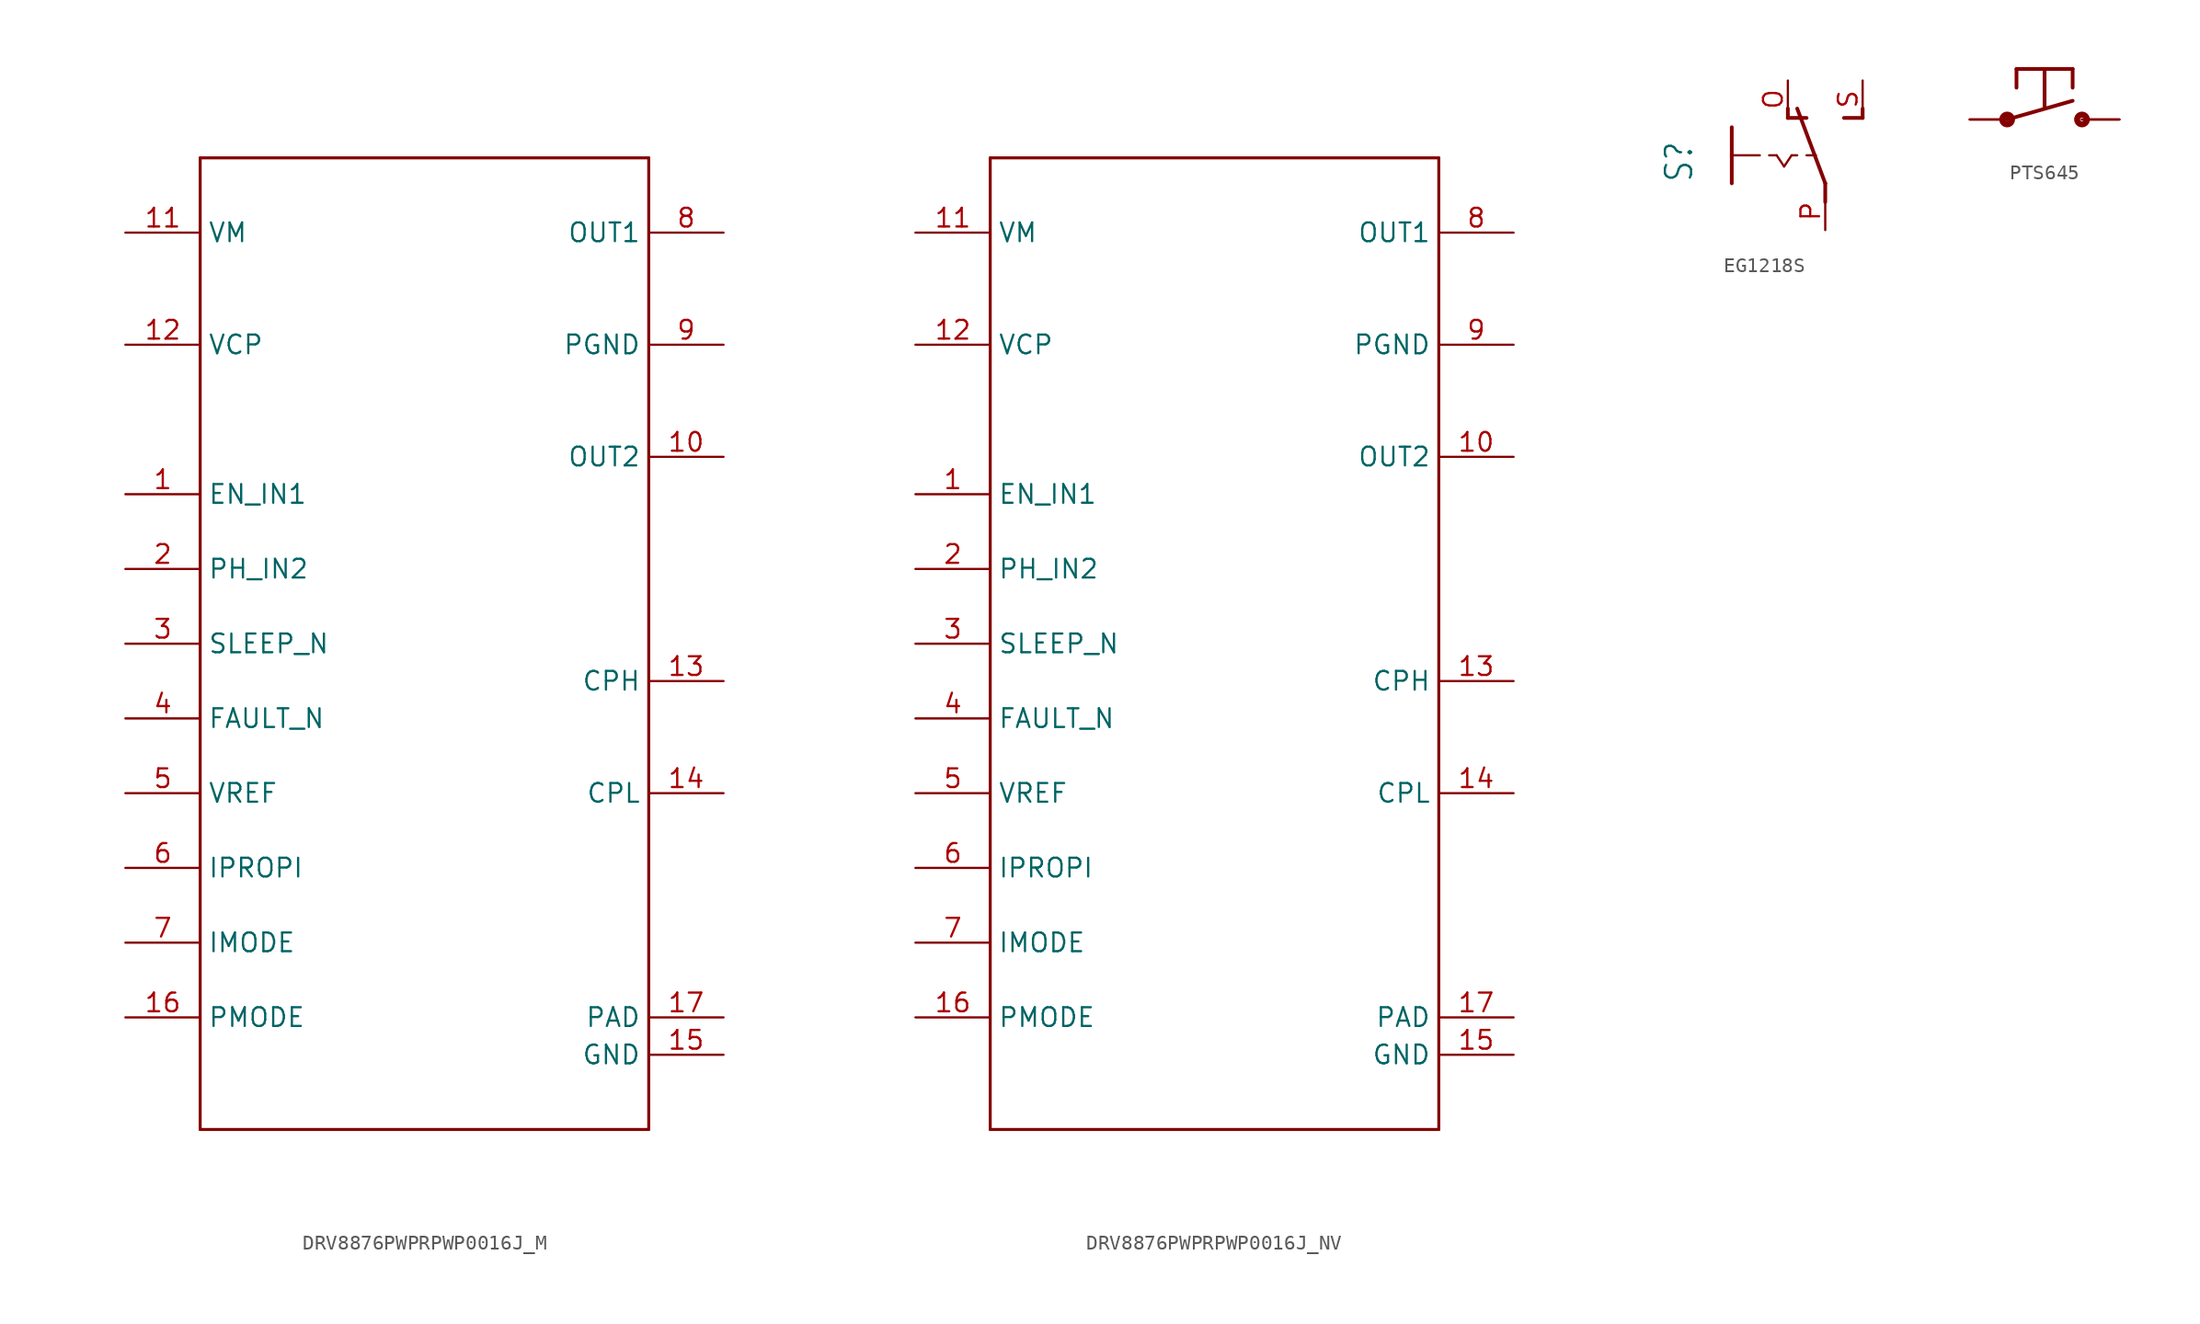
<source format=kicad_sym>
(kicad_symbol_lib
  (version 20220914)
  (generator kicad_symbol_editor)
  (symbol "DRV8876PWPRPWP0016J_M"
    (property "Reference" "U"
      (at -4.724 1.499 0)
      (effects (font (size 2.083 1.77)) (justify left bottom) hide))
    (property "ki_locked" ""
      (at 0 0 0)
      (effects (font (size 1.27 1.27))))
    (symbol "DRV8876PWPRPWP0016J_M_1_0"
      (polyline (pts (xy -15.24 -33.02) (xy 15.24 -33.02)) (stroke (width 0.203) (type solid)) (fill (type none)))
      (polyline (pts (xy -15.24 33.02) (xy -15.24 -33.02)) (stroke (width 0.203) (type solid)) (fill (type none)))
      (polyline (pts (xy 15.24 -33.02) (xy 15.24 33.02)) (stroke (width 0.203) (type solid)) (fill (type none)))
      (polyline (pts (xy 15.24 33.02) (xy -15.24 33.02)) (stroke (width 0.203) (type solid)) (fill (type none)))
      (pin input line (at -20.32 10.16 0) (length 5.08) (name "EN_IN1" (effects (font (size 1.27 1.27)))) (number "1" (effects (font (size 1.27 1.27)))))
      (pin output line (at 20.32 12.7 180) (length 5.08) (name "OUT2" (effects (font (size 1.27 1.27)))) (number "10" (effects (font (size 1.27 1.27)))))
      (pin power_in line (at -20.32 27.94 0) (length 5.08) (name "VM" (effects (font (size 1.27 1.27)))) (number "11" (effects (font (size 1.27 1.27)))))
      (pin power_in line (at -20.32 20.32 0) (length 5.08) (name "VCP" (effects (font (size 1.27 1.27)))) (number "12" (effects (font (size 1.27 1.27)))))
      (pin power_in line (at 20.32 -2.54 180) (length 5.08) (name "CPH" (effects (font (size 1.27 1.27)))) (number "13" (effects (font (size 1.27 1.27)))))
      (pin power_in line (at 20.32 -10.16 180) (length 5.08) (name "CPL" (effects (font (size 1.27 1.27)))) (number "14" (effects (font (size 1.27 1.27)))))
      (pin power_in line (at 20.32 -27.94 180) (length 5.08) (name "GND" (effects (font (size 1.27 1.27)))) (number "15" (effects (font (size 1.27 1.27)))))
      (pin input line (at -20.32 -25.4 0) (length 5.08) (name "PMODE" (effects (font (size 1.27 1.27)))) (number "16" (effects (font (size 1.27 1.27)))))
      (pin power_in line (at 20.32 -25.4 180) (length 5.08) (name "PAD" (effects (font (size 1.27 1.27)))) (number "17" (effects (font (size 1.27 1.27)))))
      (pin input line (at -20.32 5.08 0) (length 5.08) (name "PH_IN2" (effects (font (size 1.27 1.27)))) (number "2" (effects (font (size 1.27 1.27)))))
      (pin input line (at -20.32 0 0) (length 5.08) (name "SLEEP_N" (effects (font (size 1.27 1.27)))) (number "3" (effects (font (size 1.27 1.27)))))
      (pin open_collector line (at -20.32 -5.08 0) (length 5.08) (name "FAULT_N" (effects (font (size 1.27 1.27)))) (number "4" (effects (font (size 1.27 1.27)))))
      (pin power_in line (at -20.32 -10.16 0) (length 5.08) (name "VREF" (effects (font (size 1.27 1.27)))) (number "5" (effects (font (size 1.27 1.27)))))
      (pin output line (at -20.32 -15.24 0) (length 5.08) (name "IPROPI" (effects (font (size 1.27 1.27)))) (number "6" (effects (font (size 1.27 1.27)))))
      (pin input line (at -20.32 -20.32 0) (length 5.08) (name "IMODE" (effects (font (size 1.27 1.27)))) (number "7" (effects (font (size 1.27 1.27)))))
      (pin output line (at 20.32 27.94 180) (length 5.08) (name "OUT1" (effects (font (size 1.27 1.27)))) (number "8" (effects (font (size 1.27 1.27)))))
      (pin power_in line (at 20.32 20.32 180) (length 5.08) (name "PGND" (effects (font (size 1.27 1.27)))) (number "9" (effects (font (size 1.27 1.27)))))))
  (symbol "DRV8876PWPRPWP0016J_NV"
    (property "Reference" "U"
      (at -4.724 1.499 0)
      (effects (font (size 2.083 1.77)) (justify left bottom) hide))
    (property "ki_locked" ""
      (at 0 0 0)
      (effects (font (size 1.27 1.27))))
    (symbol "DRV8876PWPRPWP0016J_NV_1_0"
      (polyline (pts (xy -15.24 -33.02) (xy 15.24 -33.02)) (stroke (width 0.203) (type solid)) (fill (type none)))
      (polyline (pts (xy -15.24 33.02) (xy -15.24 -33.02)) (stroke (width 0.203) (type solid)) (fill (type none)))
      (polyline (pts (xy 15.24 -33.02) (xy 15.24 33.02)) (stroke (width 0.203) (type solid)) (fill (type none)))
      (polyline (pts (xy 15.24 33.02) (xy -15.24 33.02)) (stroke (width 0.203) (type solid)) (fill (type none)))
      (pin input line (at -20.32 10.16 0) (length 5.08) (name "EN_IN1" (effects (font (size 1.27 1.27)))) (number "1" (effects (font (size 1.27 1.27)))))
      (pin output line (at 20.32 12.7 180) (length 5.08) (name "OUT2" (effects (font (size 1.27 1.27)))) (number "10" (effects (font (size 1.27 1.27)))))
      (pin power_in line (at -20.32 27.94 0) (length 5.08) (name "VM" (effects (font (size 1.27 1.27)))) (number "11" (effects (font (size 1.27 1.27)))))
      (pin power_in line (at -20.32 20.32 0) (length 5.08) (name "VCP" (effects (font (size 1.27 1.27)))) (number "12" (effects (font (size 1.27 1.27)))))
      (pin power_in line (at 20.32 -2.54 180) (length 5.08) (name "CPH" (effects (font (size 1.27 1.27)))) (number "13" (effects (font (size 1.27 1.27)))))
      (pin power_in line (at 20.32 -10.16 180) (length 5.08) (name "CPL" (effects (font (size 1.27 1.27)))) (number "14" (effects (font (size 1.27 1.27)))))
      (pin power_in line (at 20.32 -27.94 180) (length 5.08) (name "GND" (effects (font (size 1.27 1.27)))) (number "15" (effects (font (size 1.27 1.27)))))
      (pin input line (at -20.32 -25.4 0) (length 5.08) (name "PMODE" (effects (font (size 1.27 1.27)))) (number "16" (effects (font (size 1.27 1.27)))))
      (pin power_in line (at 20.32 -25.4 180) (length 5.08) (name "PAD" (effects (font (size 1.27 1.27)))) (number "17" (effects (font (size 1.27 1.27)))))
      (pin input line (at -20.32 5.08 0) (length 5.08) (name "PH_IN2" (effects (font (size 1.27 1.27)))) (number "2" (effects (font (size 1.27 1.27)))))
      (pin input line (at -20.32 0 0) (length 5.08) (name "SLEEP_N" (effects (font (size 1.27 1.27)))) (number "3" (effects (font (size 1.27 1.27)))))
      (pin open_collector line (at -20.32 -5.08 0) (length 5.08) (name "FAULT_N" (effects (font (size 1.27 1.27)))) (number "4" (effects (font (size 1.27 1.27)))))
      (pin power_in line (at -20.32 -10.16 0) (length 5.08) (name "VREF" (effects (font (size 1.27 1.27)))) (number "5" (effects (font (size 1.27 1.27)))))
      (pin output line (at -20.32 -15.24 0) (length 5.08) (name "IPROPI" (effects (font (size 1.27 1.27)))) (number "6" (effects (font (size 1.27 1.27)))))
      (pin input line (at -20.32 -20.32 0) (length 5.08) (name "IMODE" (effects (font (size 1.27 1.27)))) (number "7" (effects (font (size 1.27 1.27)))))
      (pin output line (at 20.32 27.94 180) (length 5.08) (name "OUT1" (effects (font (size 1.27 1.27)))) (number "8" (effects (font (size 1.27 1.27)))))
      (pin power_in line (at 20.32 20.32 180) (length 5.08) (name "PGND" (effects (font (size 1.27 1.27)))) (number "9" (effects (font (size 1.27 1.27)))))))
  (symbol "EG1218S"
    (property "Reference" "S"
      (at -6.35 -1.905 90)
      (effects (font (size 1.778 1.511)) (justify left bottom)))
    (property "Value" ""
      (at -3.81 3.175 90)
      (effects (font (size 1.778 1.511)) (justify left bottom)))
    (property "ki_locked" ""
      (at 0 0 0)
      (effects (font (size 1.27 1.27))))
    (symbol "EG1218S_1_0"
      (polyline (pts (xy -3.81 0) (xy -3.81 -1.905)) (stroke (width 0.254) (type solid)) (fill (type none)))
      (polyline (pts (xy -3.81 0) (xy -1.905 0)) (stroke (width 0.152) (type solid)) (fill (type none)))
      (polyline (pts (xy -3.81 1.905) (xy -3.81 0)) (stroke (width 0.254) (type solid)) (fill (type none)))
      (polyline (pts (xy -1.27 0) (xy -0.762 0)) (stroke (width 0.152) (type solid)) (fill (type none)))
      (polyline (pts (xy -0.762 0) (xy -0.254 -0.762)) (stroke (width 0.152) (type solid)) (fill (type none)))
      (polyline (pts (xy -0.254 -0.762) (xy 0.254 0)) (stroke (width 0.152) (type solid)) (fill (type none)))
      (polyline (pts (xy 0 2.54) (xy 0 3.175)) (stroke (width 0.254) (type solid)) (fill (type none)))
      (polyline (pts (xy 0 2.54) (xy 1.27 2.54)) (stroke (width 0.254) (type solid)) (fill (type none)))
      (polyline (pts (xy 0.254 0) (xy 0.635 0)) (stroke (width 0.152) (type solid)) (fill (type none)))
      (polyline (pts (xy 1.27 0) (xy 1.905 0)) (stroke (width 0.152) (type solid)) (fill (type none)))
      (polyline (pts (xy 2.54 -3.175) (xy 2.54 -1.905)) (stroke (width 0.254) (type solid)) (fill (type none)))
      (polyline (pts (xy 2.54 -1.905) (xy 0.635 3.175)) (stroke (width 0.254) (type solid)) (fill (type none)))
      (polyline (pts (xy 3.81 2.54) (xy 5.08 2.54)) (stroke (width 0.254) (type solid)) (fill (type none)))
      (polyline (pts (xy 5.08 2.54) (xy 5.08 3.175)) (stroke (width 0.254) (type solid)) (fill (type none)))
      (pin passive line (at 0 5.08 270) (length 2.54) (name "O" (effects (font (size 0 0)))) (number "O" (effects (font (size 1.27 1.27)))))
      (pin passive line (at 2.54 -5.08 90) (length 2.54) (name "P" (effects (font (size 0 0)))) (number "P" (effects (font (size 1.27 1.27)))))
      (pin passive line (at 5.08 5.08 270) (length 2.54) (name "S" (effects (font (size 0 0)))) (number "S" (effects (font (size 1.27 1.27)))))))
  (symbol "PTS645"
    (property "Reference" ""
      (at -5.08 3.81 0)
      (effects (font (size 2.54 2.159)) (justify left bottom) hide))
    (property "Value" ""
      (at 0 -1.27 0)
      (effects (font (size 2.54 2.159)) (justify top)))
    (property "ki_locked" ""
      (at 0 0 0)
      (effects (font (size 1.27 1.27))))
    (symbol "PTS645_1_0"
      (circle (center -2.54 0) (radius 0.127) (stroke (width 0.406) (type solid)) (fill (type none)))
      (polyline (pts (xy -2.54 0) (xy 1.905 1.27)) (stroke (width 0.254) (type solid)) (fill (type none)))
      (polyline (pts (xy -1.905 3.429) (xy -1.905 2.159)) (stroke (width 0.254) (type solid)) (fill (type none)))
      (polyline (pts (xy 0 0.762) (xy 0 3.302)) (stroke (width 0.254) (type solid)) (fill (type none)))
      (polyline (pts (xy 1.905 3.429) (xy -1.905 3.429)) (stroke (width 0.254) (type solid)) (fill (type none)))
      (polyline (pts (xy 1.905 3.429) (xy 1.905 2.159)) (stroke (width 0.254) (type solid)) (fill (type none)))
      (circle (center 2.54 0) (radius 0.127) (stroke (width 0.406) (type solid)) (fill (type none)))
      (pin passive line (at -5.08 0 0) (length 2.54) (name "1" (effects (font (size 0 0)))) (number "1" (effects (font (size 0 0)))))
      (pin passive line (at -5.08 0 0) (length 2.54) (name "1" (effects (font (size 0 0)))) (number "2" (effects (font (size 0 0)))))
      (pin passive line (at 5.08 0 180) (length 2.54) (name "2" (effects (font (size 0 0)))) (number "3" (effects (font (size 0 0)))))
      (pin passive line (at 5.08 0 180) (length 2.54) (name "2" (effects (font (size 0 0)))) (number "4" (effects (font (size 0 0))))))))
</source>
